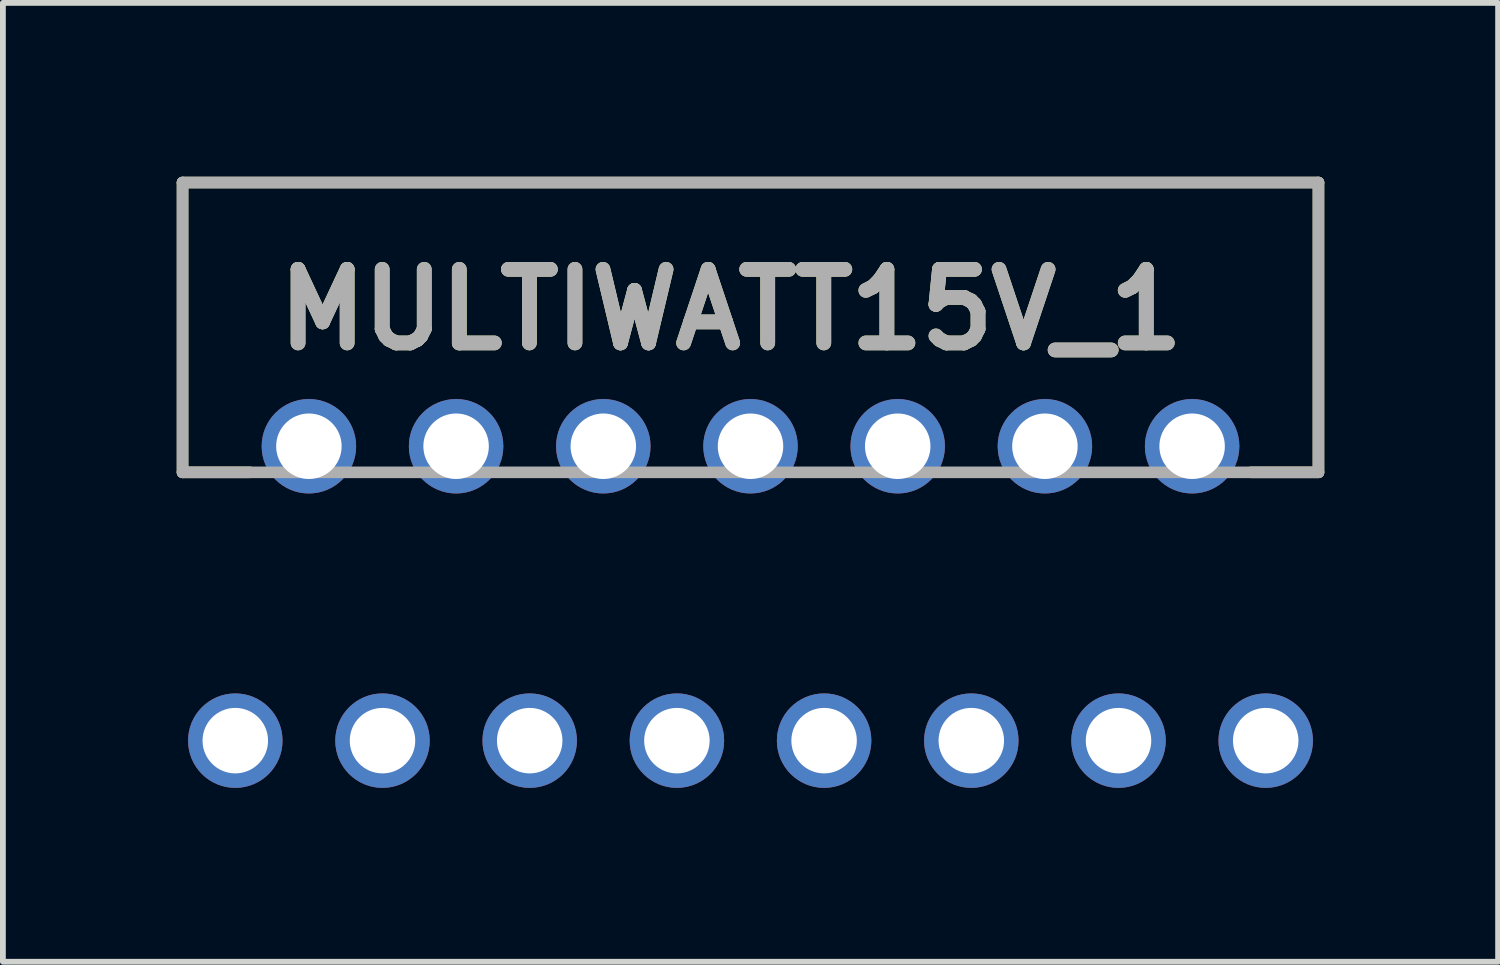
<source format=kicad_pcb>
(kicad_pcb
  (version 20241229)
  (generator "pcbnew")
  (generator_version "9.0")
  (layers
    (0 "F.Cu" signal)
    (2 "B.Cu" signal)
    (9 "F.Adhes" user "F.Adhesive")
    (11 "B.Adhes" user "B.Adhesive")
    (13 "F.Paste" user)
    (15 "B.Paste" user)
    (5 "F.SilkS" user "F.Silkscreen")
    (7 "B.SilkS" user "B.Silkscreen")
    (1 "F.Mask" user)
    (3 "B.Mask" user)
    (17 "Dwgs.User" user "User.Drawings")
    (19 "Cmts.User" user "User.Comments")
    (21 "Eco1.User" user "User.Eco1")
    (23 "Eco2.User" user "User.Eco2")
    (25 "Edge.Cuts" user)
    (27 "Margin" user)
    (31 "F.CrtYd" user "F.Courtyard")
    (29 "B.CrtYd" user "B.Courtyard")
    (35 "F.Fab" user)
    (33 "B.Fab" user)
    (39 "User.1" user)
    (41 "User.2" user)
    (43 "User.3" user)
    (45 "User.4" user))
  (footprint "MULTIWATT15V_1"
    (layer "F.Cu")
    (at 9.9 4.65)
    (property "Reference" "MULTIWATT15V_1" (at -0.338 -2.357 0) (layer "F.SilkS") (effects (font (size 1.27 1.27) (thickness 0.254))))
    (attr through_hole)
    (fp_line (start -9.8 -4.55) (end 9.8 -4.55) (stroke (width 0.2) (type solid)) (layer "F.SilkS"))
    (fp_line (start -9.8 0.45) (end -9.8 -4.55) (stroke (width 0.2) (type solid)) (layer "F.SilkS"))
    (fp_line (start -9.8 0.45) (end -8.638 0.45) (stroke (width 0.2) (type solid)) (layer "F.SilkS"))
    (fp_line (start 9.8 -4.55) (end 9.8 0.45) (stroke (width 0.2) (type solid)) (layer "F.SilkS"))
    (fp_line (start 9.8 0.45) (end 8.638 0.45) (stroke (width 0.2) (type solid)) (layer "F.SilkS"))
    (fp_line (start -9.8 -4.55) (end 9.8 -4.55) (stroke (width 0.2) (type solid)) (layer "F.Fab"))
    (fp_line (start -9.8 0.45) (end -9.8 -4.55) (stroke (width 0.2) (type solid)) (layer "F.Fab"))
    (fp_line (start 9.8 -4.55) (end 9.8 0.45) (stroke (width 0.2) (type solid)) (layer "F.Fab"))
    (fp_line (start 9.8 0.45) (end -9.8 0.45) (stroke (width 0.2) (type solid)) (layer "F.Fab"))
    (fp_text user "${REFERENCE}" (at -0.338 -2.357 0) (layer "F.Fab") (effects (font (size 1.27 1.27) (thickness 0.254))))
    (pad "1" thru_hole circle (at -8.89 5.08) (size 1.63 1.63) (drill 1.13) (layers "*.Cu" "*.Mask"))
    (pad "2" thru_hole circle (at -7.62 0) (size 1.63 1.63) (drill 1.13) (layers "*.Cu" "*.Mask"))
    (pad "3" thru_hole circle (at -6.35 5.08) (size 1.63 1.63) (drill 1.13) (layers "*.Cu" "*.Mask"))
    (pad "4" thru_hole circle (at -5.08 0) (size 1.63 1.63) (drill 1.13) (layers "*.Cu" "*.Mask"))
    (pad "5" thru_hole circle (at -3.81 5.08) (size 1.63 1.63) (drill 1.13) (layers "*.Cu" "*.Mask"))
    (pad "6" thru_hole circle (at -2.54 0) (size 1.63 1.63) (drill 1.13) (layers "*.Cu" "*.Mask"))
    (pad "7" thru_hole circle (at -1.27 5.08) (size 1.63 1.63) (drill 1.13) (layers "*.Cu" "*.Mask"))
    (pad "8" thru_hole circle (at 0 0) (size 1.63 1.63) (drill 1.13) (layers "*.Cu" "*.Mask"))
    (pad "9" thru_hole circle (at 1.27 5.08) (size 1.63 1.63) (drill 1.13) (layers "*.Cu" "*.Mask"))
    (pad "10" thru_hole circle (at 2.54 0) (size 1.63 1.63) (drill 1.13) (layers "*.Cu" "*.Mask"))
    (pad "11" thru_hole circle (at 3.81 5.08) (size 1.63 1.63) (drill 1.13) (layers "*.Cu" "*.Mask"))
    (pad "12" thru_hole circle (at 5.08 0) (size 1.63 1.63) (drill 1.13) (layers "*.Cu" "*.Mask"))
    (pad "13" thru_hole circle (at 6.35 5.08) (size 1.63 1.63) (drill 1.13) (layers "*.Cu" "*.Mask"))
    (pad "14" thru_hole circle (at 7.62 0) (size 1.63 1.63) (drill 1.13) (layers "*.Cu" "*.Mask"))
    (pad "15" thru_hole circle (at 8.89 5.08) (size 1.63 1.63) (drill 1.13) (layers "*.Cu" "*.Mask")))
  (gr_rect
    (start -3 -3)
    (end 22.8 13.545)
    (stroke (width 0.1) (type default))
    (fill no)
    (layer "Edge.Cuts")))
</source>
